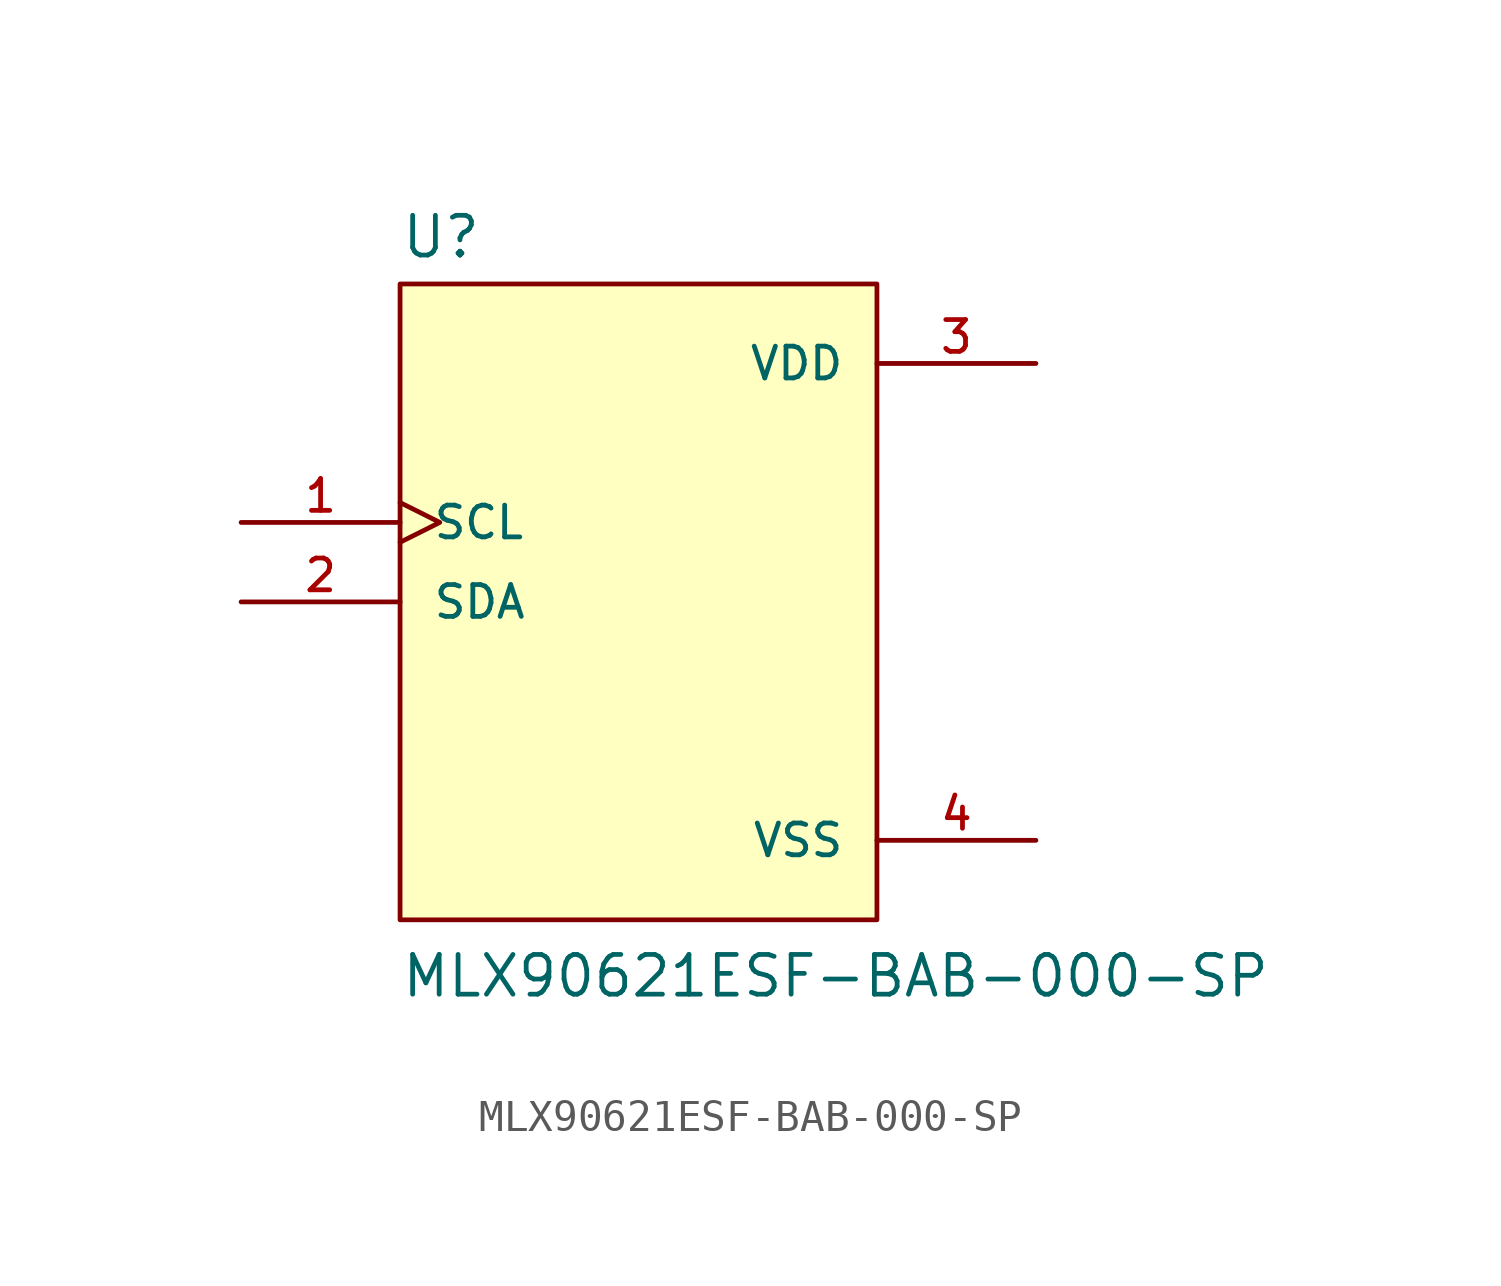
<source format=kicad_sym>
(kicad_symbol_lib
  (version 20220914)
  (generator kicad_symbol_editor)
  (symbol "MLX90621ESF-BAB-000-SP"
    (pin_names
      (offset 1.016))
    (property "Reference" "U"
      (at -7.62 10.922 0)
      (effects (font (size 1.27 1.27)) (justify left bottom)))
    (property "Value" "MLX90621ESF-BAB-000-SP"
      (at -7.62 -12.7 0)
      (effects (font (size 1.27 1.27)) (justify left bottom)))
    (symbol "MLX90621ESF-BAB-000-SP_0_0"
      (rectangle (start -7.62 10.16) (end 7.62 -10.16) (stroke (width 0.152) (type default)) (fill (type background)))
      (pin input clock (at -12.7 2.54 0) (length 5.08) (name "SCL" (effects (font (size 1.016 1.016)))) (number "1" (effects (font (size 1.016 1.016)))))
      (pin bidirectional line (at -12.7 0 0) (length 5.08) (name "SDA" (effects (font (size 1.016 1.016)))) (number "2" (effects (font (size 1.016 1.016)))))
      (pin power_in line (at 12.7 7.62 180) (length 5.08) (name "VDD" (effects (font (size 1.016 1.016)))) (number "3" (effects (font (size 1.016 1.016)))))
      (pin power_in line (at 12.7 -7.62 180) (length 5.08) (name "VSS" (effects (font (size 1.016 1.016)))) (number "4" (effects (font (size 1.016 1.016))))))))
</source>
